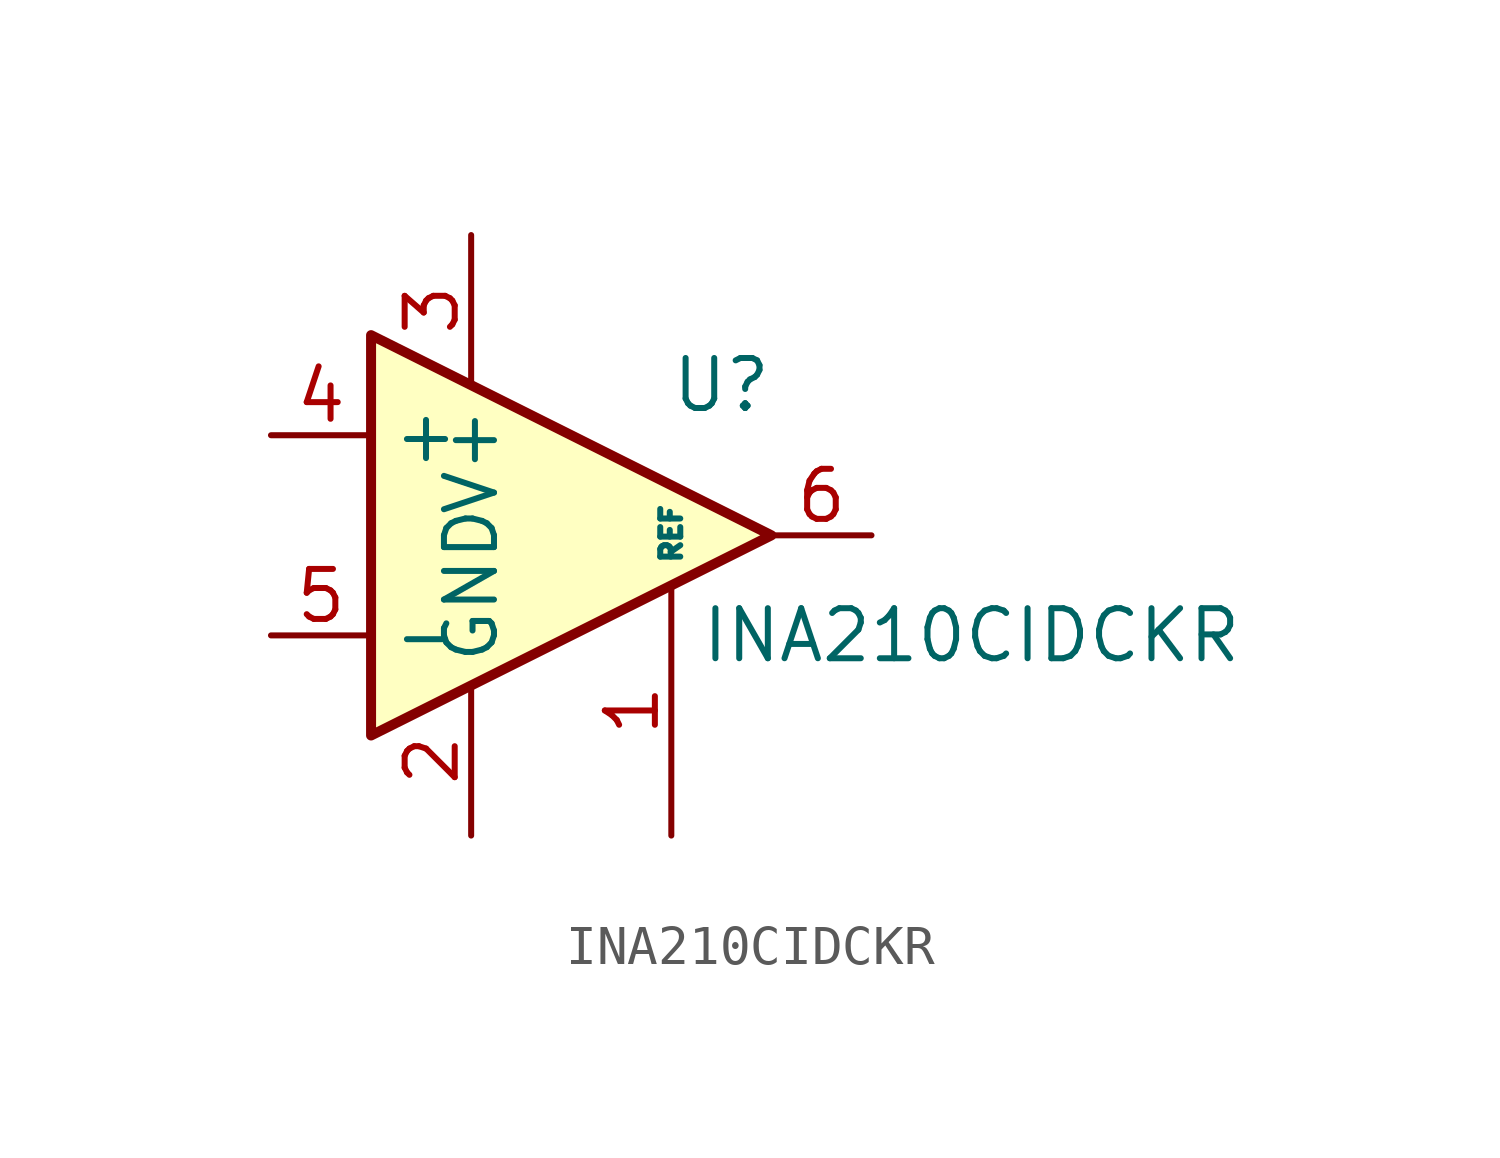
<source format=kicad_sym>
(kicad_symbol_lib
  (version 20220914)
  (generator kicad_symbol_editor)
  (symbol "INA210CIDCKR"
    (property "Reference" "U"
      (at 6.35 3.81 0)
      (effects (font (size 1.27 1.27))))
    (property "Value" "INA210CIDCKR"
      (at 12.7 -2.54 0)
      (effects (font (size 1.27 1.27))))
    (symbol "INA210CIDCKR_0_1"
      (polyline (pts (xy 7.62 0) (xy -2.54 5.08) (xy -2.54 -5.08) (xy 7.62 0)) (stroke (width 0.254) (type default)) (fill (type background))))
    (symbol "INA210CIDCKR_1_1"
      (pin input line (at 5.08 -7.62 90) (length 6.35) (name "REF" (effects (font (size 0.508 0.508)))) (number "1" (effects (font (size 1.27 1.27)))))
      (pin power_in line (at 0 -7.62 90) (length 3.81) (name "GND" (effects (font (size 1.27 1.27)))) (number "2" (effects (font (size 1.27 1.27)))))
      (pin power_in line (at 0 7.62 270) (length 3.81) (name "V+" (effects (font (size 1.27 1.27)))) (number "3" (effects (font (size 1.27 1.27)))))
      (pin input line (at -5.08 2.54 0) (length 2.54) (name "+" (effects (font (size 1.27 1.27)))) (number "4" (effects (font (size 1.27 1.27)))))
      (pin input line (at -5.08 -2.54 0) (length 2.54) (name "-" (effects (font (size 1.27 1.27)))) (number "5" (effects (font (size 1.27 1.27)))))
      (pin output line (at 10.16 0 180) (length 2.54) (name "~" (effects (font (size 1.27 1.27)))) (number "6" (effects (font (size 1.27 1.27))))))))
</source>
